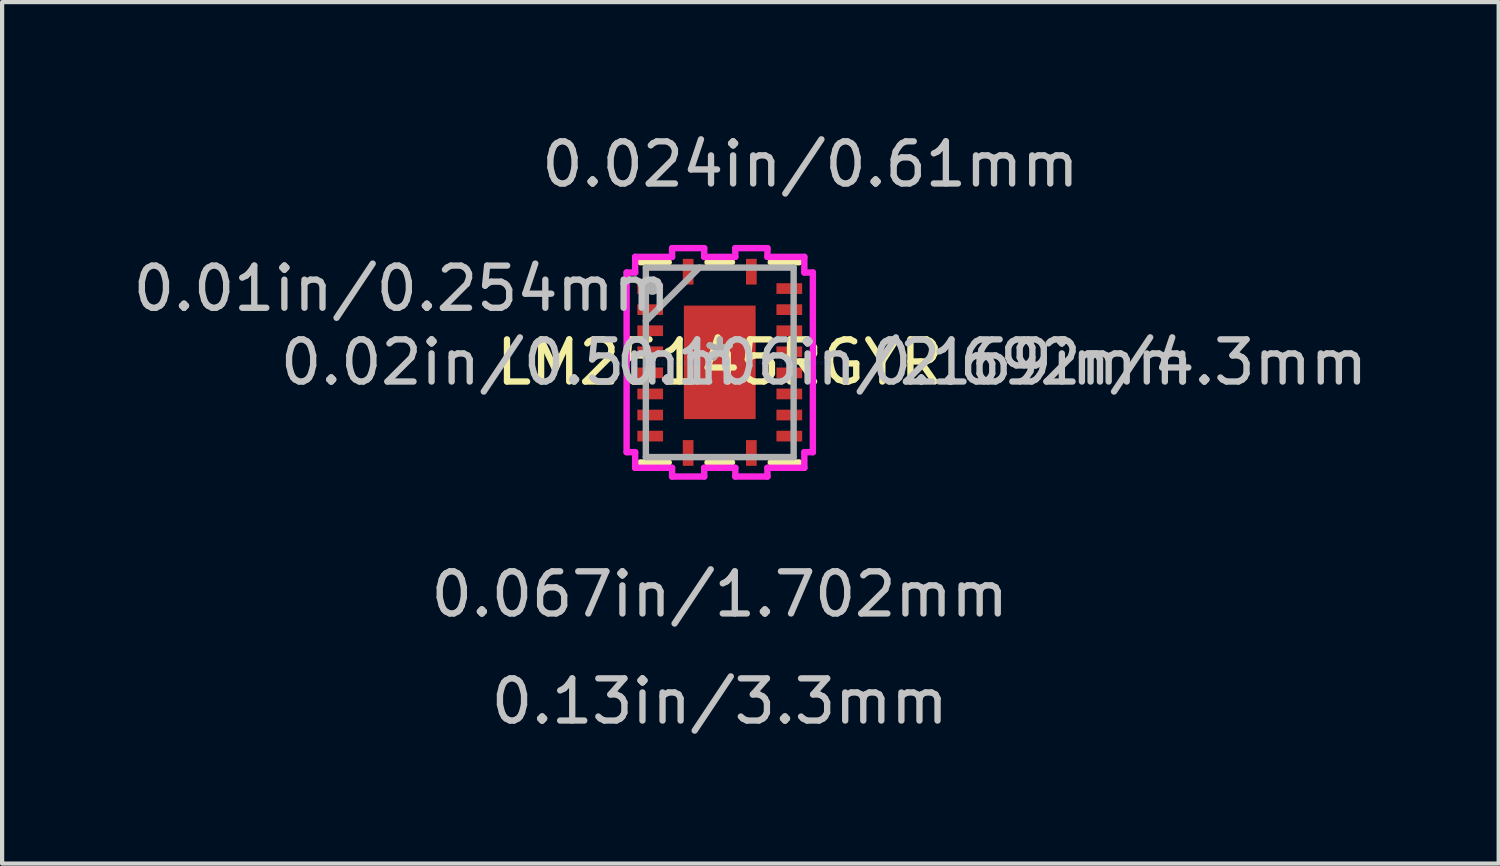
<source format=kicad_pcb>
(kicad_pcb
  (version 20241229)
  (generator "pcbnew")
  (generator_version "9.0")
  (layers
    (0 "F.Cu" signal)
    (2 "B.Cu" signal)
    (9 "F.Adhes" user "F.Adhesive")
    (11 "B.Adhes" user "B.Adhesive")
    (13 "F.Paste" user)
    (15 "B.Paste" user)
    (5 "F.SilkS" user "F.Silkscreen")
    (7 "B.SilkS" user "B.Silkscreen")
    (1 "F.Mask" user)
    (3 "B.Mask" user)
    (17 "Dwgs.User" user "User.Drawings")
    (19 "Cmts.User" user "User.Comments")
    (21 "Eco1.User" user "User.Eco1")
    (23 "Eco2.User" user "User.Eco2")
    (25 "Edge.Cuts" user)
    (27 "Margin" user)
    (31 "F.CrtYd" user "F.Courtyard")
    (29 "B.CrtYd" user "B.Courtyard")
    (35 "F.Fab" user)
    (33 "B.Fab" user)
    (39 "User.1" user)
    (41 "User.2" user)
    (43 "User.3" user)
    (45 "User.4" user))
  (footprint "LM25145RGYR"
    (layer "F.Cu")
    (at 14.025 5.546)
    (property "Reference" "LM25145RGYR" (at 0 0 0) (layer "F.SilkS") (effects (font (size 1 1) (thickness 0.15))))
    (attr through_hole)
    (fp_line (start -0.914 -1.41) (end -0.594 -1.41) (stroke (width 0.152) (type solid)) (layer "F.Mask"))
    (fp_line (start -0.914 -1.41) (end 0.914 -1.41) (stroke (width 0.152) (type solid)) (layer "F.Mask"))
    (fp_line (start -0.914 -0.987) (end -0.914 -1.41) (stroke (width 0.152) (type solid)) (layer "F.Mask"))
    (fp_line (start -0.914 -0.587) (end 0.914 -0.587) (stroke (width 0.152) (type solid)) (layer "F.Mask"))
    (fp_line (start -0.914 -0.2) (end -0.914 -0.587) (stroke (width 0.152) (type solid)) (layer "F.Mask"))
    (fp_line (start -0.914 0.2) (end 0.914 0.2) (stroke (width 0.152) (type solid)) (layer "F.Mask"))
    (fp_line (start -0.914 0.587) (end -0.914 0.2) (stroke (width 0.152) (type solid)) (layer "F.Mask"))
    (fp_line (start -0.914 0.987) (end 0.914 0.987) (stroke (width 0.152) (type solid)) (layer "F.Mask"))
    (fp_line (start -0.914 1.41) (end -0.914 -1.41) (stroke (width 0.152) (type solid)) (layer "F.Mask"))
    (fp_line (start -0.914 1.41) (end -0.914 0.987) (stroke (width 0.152) (type solid)) (layer "F.Mask"))
    (fp_line (start -0.594 -1.41) (end -0.594 1.41) (stroke (width 0.152) (type solid)) (layer "F.Mask"))
    (fp_line (start -0.594 1.41) (end -0.914 1.41) (stroke (width 0.152) (type solid)) (layer "F.Mask"))
    (fp_line (start -0.194 -1.41) (end -0.194 1.41) (stroke (width 0.152) (type solid)) (layer "F.Mask"))
    (fp_line (start -0.194 1.41) (end 0.194 1.41) (stroke (width 0.152) (type solid)) (layer "F.Mask"))
    (fp_line (start 0.194 -1.41) (end -0.194 -1.41) (stroke (width 0.152) (type solid)) (layer "F.Mask"))
    (fp_line (start 0.194 1.41) (end 0.194 -1.41) (stroke (width 0.152) (type solid)) (layer "F.Mask"))
    (fp_line (start 0.594 -1.41) (end 0.914 -1.41) (stroke (width 0.152) (type solid)) (layer "F.Mask"))
    (fp_line (start 0.594 1.41) (end 0.594 -1.41) (stroke (width 0.152) (type solid)) (layer "F.Mask"))
    (fp_line (start 0.914 -1.41) (end 0.914 -0.987) (stroke (width 0.152) (type solid)) (layer "F.Mask"))
    (fp_line (start 0.914 -1.41) (end 0.914 1.41) (stroke (width 0.152) (type solid)) (layer "F.Mask"))
    (fp_line (start 0.914 -0.987) (end -0.914 -0.987) (stroke (width 0.152) (type solid)) (layer "F.Mask"))
    (fp_line (start 0.914 -0.587) (end 0.914 -0.2) (stroke (width 0.152) (type solid)) (layer "F.Mask"))
    (fp_line (start 0.914 -0.2) (end -0.914 -0.2) (stroke (width 0.152) (type solid)) (layer "F.Mask"))
    (fp_line (start 0.914 0.2) (end 0.914 0.587) (stroke (width 0.152) (type solid)) (layer "F.Mask"))
    (fp_line (start 0.914 0.587) (end -0.914 0.587) (stroke (width 0.152) (type solid)) (layer "F.Mask"))
    (fp_line (start 0.914 0.987) (end 0.914 1.41) (stroke (width 0.152) (type solid)) (layer "F.Mask"))
    (fp_line (start 0.914 1.41) (end -0.914 1.41) (stroke (width 0.152) (type solid)) (layer "F.Mask"))
    (fp_line (start 0.914 1.41) (end 0.594 1.41) (stroke (width 0.152) (type solid)) (layer "F.Mask"))
    (fp_line (start -1.88 -2.375) (end -1.21 -2.375) (stroke (width 0.152) (type solid)) (layer "F.SilkS"))
    (fp_line (start -1.21 2.375) (end -1.88 2.375) (stroke (width 0.152) (type solid)) (layer "F.SilkS"))
    (fp_line (start -0.29 -2.375) (end 0.29 -2.375) (stroke (width 0.152) (type solid)) (layer "F.SilkS"))
    (fp_line (start 0.29 2.375) (end -0.29 2.375) (stroke (width 0.152) (type solid)) (layer "F.SilkS"))
    (fp_line (start 1.21 -2.375) (end 1.88 -2.375) (stroke (width 0.152) (type solid)) (layer "F.SilkS"))
    (fp_line (start 1.88 2.375) (end 1.21 2.375) (stroke (width 0.152) (type solid)) (layer "F.SilkS"))
    (fp_line (start -0.776 -1.271) (end -0.776 -0.887) (stroke (width 0.152) (type solid)) (layer "F.Paste"))
    (fp_line (start -0.776 -0.887) (end -0.635 -0.887) (stroke (width 0.152) (type solid)) (layer "F.Paste"))
    (fp_line (start -0.776 -0.687) (end -0.776 -0.1) (stroke (width 0.152) (type solid)) (layer "F.Paste"))
    (fp_line (start -0.776 -0.1) (end -0.635 -0.1) (stroke (width 0.152) (type solid)) (layer "F.Paste"))
    (fp_line (start -0.776 0.1) (end -0.776 0.687) (stroke (width 0.152) (type solid)) (layer "F.Paste"))
    (fp_line (start -0.776 0.687) (end -0.635 0.687) (stroke (width 0.152) (type solid)) (layer "F.Paste"))
    (fp_line (start -0.776 0.887) (end -0.776 1.271) (stroke (width 0.152) (type solid)) (layer "F.Paste"))
    (fp_line (start -0.776 1.271) (end -0.494 1.271) (stroke (width 0.152) (type solid)) (layer "F.Paste"))
    (fp_line (start -0.635 -0.887) (end -0.635 -0.887) (stroke (width 0.152) (type solid)) (layer "F.Paste"))
    (fp_line (start -0.635 -0.887) (end -0.494 -1.029) (stroke (width 0.152) (type solid)) (layer "F.Paste"))
    (fp_line (start -0.635 -0.687) (end -0.776 -0.687) (stroke (width 0.152) (type solid)) (layer "F.Paste"))
    (fp_line (start -0.635 -0.687) (end -0.635 -0.687) (stroke (width 0.152) (type solid)) (layer "F.Paste"))
    (fp_line (start -0.635 -0.1) (end -0.635 -0.1) (stroke (width 0.152) (type solid)) (layer "F.Paste"))
    (fp_line (start -0.635 -0.1) (end -0.494 -0.241) (stroke (width 0.152) (type solid)) (layer "F.Paste"))
    (fp_line (start -0.635 0.1) (end -0.776 0.1) (stroke (width 0.152) (type solid)) (layer "F.Paste"))
    (fp_line (start -0.635 0.1) (end -0.635 0.1) (stroke (width 0.152) (type solid)) (layer "F.Paste"))
    (fp_line (start -0.635 0.687) (end -0.635 0.687) (stroke (width 0.152) (type solid)) (layer "F.Paste"))
    (fp_line (start -0.635 0.687) (end -0.494 0.546) (stroke (width 0.152) (type solid)) (layer "F.Paste"))
    (fp_line (start -0.635 0.887) (end -0.776 0.887) (stroke (width 0.152) (type solid)) (layer "F.Paste"))
    (fp_line (start -0.635 0.887) (end -0.635 0.887) (stroke (width 0.152) (type solid)) (layer "F.Paste"))
    (fp_line (start -0.494 -1.271) (end -0.776 -1.271) (stroke (width 0.152) (type solid)) (layer "F.Paste"))
    (fp_line (start -0.494 -1.029) (end -0.494 -1.271) (stroke (width 0.152) (type solid)) (layer "F.Paste"))
    (fp_line (start -0.494 -1.029) (end -0.494 -1.029) (stroke (width 0.152) (type solid)) (layer "F.Paste"))
    (fp_line (start -0.494 -0.546) (end -0.635 -0.687) (stroke (width 0.152) (type solid)) (layer "F.Paste"))
    (fp_line (start -0.494 -0.546) (end -0.494 -0.546) (stroke (width 0.152) (type solid)) (layer "F.Paste"))
    (fp_line (start -0.494 -0.241) (end -0.494 -0.546) (stroke (width 0.152) (type solid)) (layer "F.Paste"))
    (fp_line (start -0.494 -0.241) (end -0.494 -0.241) (stroke (width 0.152) (type solid)) (layer "F.Paste"))
    (fp_line (start -0.494 0.241) (end -0.635 0.1) (stroke (width 0.152) (type solid)) (layer "F.Paste"))
    (fp_line (start -0.494 0.241) (end -0.494 0.241) (stroke (width 0.152) (type solid)) (layer "F.Paste"))
    (fp_line (start -0.494 0.546) (end -0.494 0.241) (stroke (width 0.152) (type solid)) (layer "F.Paste"))
    (fp_line (start -0.494 0.546) (end -0.494 0.546) (stroke (width 0.152) (type solid)) (layer "F.Paste"))
    (fp_line (start -0.494 1.029) (end -0.635 0.887) (stroke (width 0.152) (type solid)) (layer "F.Paste"))
    (fp_line (start -0.494 1.029) (end -0.494 1.029) (stroke (width 0.152) (type solid)) (layer "F.Paste"))
    (fp_line (start -0.494 1.271) (end -0.494 1.029) (stroke (width 0.152) (type solid)) (layer "F.Paste"))
    (fp_line (start -0.294 -1.271) (end -0.294 -1.029) (stroke (width 0.152) (type solid)) (layer "F.Paste"))
    (fp_line (start -0.294 -1.029) (end -0.294 -1.029) (stroke (width 0.152) (type solid)) (layer "F.Paste"))
    (fp_line (start -0.294 -1.029) (end -0.152 -0.887) (stroke (width 0.152) (type solid)) (layer "F.Paste"))
    (fp_line (start -0.294 -0.546) (end -0.294 -0.546) (stroke (width 0.152) (type solid)) (layer "F.Paste"))
    (fp_line (start -0.294 -0.546) (end -0.294 -0.241) (stroke (width 0.152) (type solid)) (layer "F.Paste"))
    (fp_line (start -0.294 -0.241) (end -0.294 -0.241) (stroke (width 0.152) (type solid)) (layer "F.Paste"))
    (fp_line (start -0.294 -0.241) (end -0.152 -0.1) (stroke (width 0.152) (type solid)) (layer "F.Paste"))
    (fp_line (start -0.294 0.241) (end -0.294 0.241) (stroke (width 0.152) (type solid)) (layer "F.Paste"))
    (fp_line (start -0.294 0.241) (end -0.294 0.546) (stroke (width 0.152) (type solid)) (layer "F.Paste"))
    (fp_line (start -0.294 0.546) (end -0.294 0.546) (stroke (width 0.152) (type solid)) (layer "F.Paste"))
    (fp_line (start -0.294 0.546) (end -0.152 0.687) (stroke (width 0.152) (type solid)) (layer "F.Paste"))
    (fp_line (start -0.294 1.029) (end -0.294 1.029) (stroke (width 0.152) (type solid)) (layer "F.Paste"))
    (fp_line (start -0.294 1.029) (end -0.294 1.271) (stroke (width 0.152) (type solid)) (layer "F.Paste"))
    (fp_line (start -0.294 1.271) (end 0.294 1.271) (stroke (width 0.152) (type solid)) (layer "F.Paste"))
    (fp_line (start -0.152 -0.887) (end -0.152 -0.887) (stroke (width 0.152) (type solid)) (layer "F.Paste"))
    (fp_line (start -0.152 -0.887) (end 0.152 -0.887) (stroke (width 0.152) (type solid)) (layer "F.Paste"))
    (fp_line (start -0.152 -0.687) (end -0.294 -0.546) (stroke (width 0.152) (type solid)) (layer "F.Paste"))
    (fp_line (start -0.152 -0.687) (end -0.152 -0.687) (stroke (width 0.152) (type solid)) (layer "F.Paste"))
    (fp_line (start -0.152 -0.1) (end -0.152 -0.1) (stroke (width 0.152) (type solid)) (layer "F.Paste"))
    (fp_line (start -0.152 -0.1) (end 0.152 -0.1) (stroke (width 0.152) (type solid)) (layer "F.Paste"))
    (fp_line (start -0.152 0.1) (end -0.294 0.241) (stroke (width 0.152) (type solid)) (layer "F.Paste"))
    (fp_line (start -0.152 0.1) (end -0.152 0.1) (stroke (width 0.152) (type solid)) (layer "F.Paste"))
    (fp_line (start -0.152 0.687) (end -0.152 0.687) (stroke (width 0.152) (type solid)) (layer "F.Paste"))
    (fp_line (start -0.152 0.687) (end 0.152 0.687) (stroke (width 0.152) (type solid)) (layer "F.Paste"))
    (fp_line (start -0.152 0.887) (end -0.294 1.029) (stroke (width 0.152) (type solid)) (layer "F.Paste"))
    (fp_line (start -0.152 0.887) (end -0.152 0.887) (stroke (width 0.152) (type solid)) (layer "F.Paste"))
    (fp_line (start 0.152 -0.887) (end 0.152 -0.887) (stroke (width 0.152) (type solid)) (layer "F.Paste"))
    (fp_line (start 0.152 -0.887) (end 0.294 -1.029) (stroke (width 0.152) (type solid)) (layer "F.Paste"))
    (fp_line (start 0.152 -0.687) (end -0.152 -0.687) (stroke (width 0.152) (type solid)) (layer "F.Paste"))
    (fp_line (start 0.152 -0.687) (end 0.152 -0.687) (stroke (width 0.152) (type solid)) (layer "F.Paste"))
    (fp_line (start 0.152 -0.1) (end 0.152 -0.1) (stroke (width 0.152) (type solid)) (layer "F.Paste"))
    (fp_line (start 0.152 -0.1) (end 0.294 -0.241) (stroke (width 0.152) (type solid)) (layer "F.Paste"))
    (fp_line (start 0.152 0.1) (end -0.152 0.1) (stroke (width 0.152) (type solid)) (layer "F.Paste"))
    (fp_line (start 0.152 0.1) (end 0.152 0.1) (stroke (width 0.152) (type solid)) (layer "F.Paste"))
    (fp_line (start 0.152 0.687) (end 0.152 0.687) (stroke (width 0.152) (type solid)) (layer "F.Paste"))
    (fp_line (start 0.152 0.687) (end 0.294 0.546) (stroke (width 0.152) (type solid)) (layer "F.Paste"))
    (fp_line (start 0.152 0.887) (end -0.152 0.887) (stroke (width 0.152) (type solid)) (layer "F.Paste"))
    (fp_line (start 0.152 0.887) (end 0.152 0.887) (stroke (width 0.152) (type solid)) (layer "F.Paste"))
    (fp_line (start 0.294 -1.271) (end -0.294 -1.271) (stroke (width 0.152) (type solid)) (layer "F.Paste"))
    (fp_line (start 0.294 -1.029) (end 0.294 -1.271) (stroke (width 0.152) (type solid)) (layer "F.Paste"))
    (fp_line (start 0.294 -1.029) (end 0.294 -1.029) (stroke (width 0.152) (type solid)) (layer "F.Paste"))
    (fp_line (start 0.294 -0.546) (end 0.152 -0.687) (stroke (width 0.152) (type solid)) (layer "F.Paste"))
    (fp_line (start 0.294 -0.546) (end 0.294 -0.546) (stroke (width 0.152) (type solid)) (layer "F.Paste"))
    (fp_line (start 0.294 -0.241) (end 0.294 -0.546) (stroke (width 0.152) (type solid)) (layer "F.Paste"))
    (fp_line (start 0.294 -0.241) (end 0.294 -0.241) (stroke (width 0.152) (type solid)) (layer "F.Paste"))
    (fp_line (start 0.294 0.241) (end 0.152 0.1) (stroke (width 0.152) (type solid)) (layer "F.Paste"))
    (fp_line (start 0.294 0.241) (end 0.294 0.241) (stroke (width 0.152) (type solid)) (layer "F.Paste"))
    (fp_line (start 0.294 0.546) (end 0.294 0.241) (stroke (width 0.152) (type solid)) (layer "F.Paste"))
    (fp_line (start 0.294 0.546) (end 0.294 0.546) (stroke (width 0.152) (type solid)) (layer "F.Paste"))
    (fp_line (start 0.294 1.029) (end 0.152 0.887) (stroke (width 0.152) (type solid)) (layer "F.Paste"))
    (fp_line (start 0.294 1.029) (end 0.294 1.029) (stroke (width 0.152) (type solid)) (layer "F.Paste"))
    (fp_line (start 0.294 1.271) (end 0.294 1.029) (stroke (width 0.152) (type solid)) (layer "F.Paste"))
    (fp_line (start 0.494 -1.271) (end 0.494 -1.029) (stroke (width 0.152) (type solid)) (layer "F.Paste"))
    (fp_line (start 0.494 -1.029) (end 0.494 -1.029) (stroke (width 0.152) (type solid)) (layer "F.Paste"))
    (fp_line (start 0.494 -1.029) (end 0.635 -0.887) (stroke (width 0.152) (type solid)) (layer "F.Paste"))
    (fp_line (start 0.494 -0.546) (end 0.494 -0.546) (stroke (width 0.152) (type solid)) (layer "F.Paste"))
    (fp_line (start 0.494 -0.546) (end 0.494 -0.241) (stroke (width 0.152) (type solid)) (layer "F.Paste"))
    (fp_line (start 0.494 -0.241) (end 0.494 -0.241) (stroke (width 0.152) (type solid)) (layer "F.Paste"))
    (fp_line (start 0.494 -0.241) (end 0.635 -0.1) (stroke (width 0.152) (type solid)) (layer "F.Paste"))
    (fp_line (start 0.494 0.241) (end 0.494 0.241) (stroke (width 0.152) (type solid)) (layer "F.Paste"))
    (fp_line (start 0.494 0.241) (end 0.494 0.546) (stroke (width 0.152) (type solid)) (layer "F.Paste"))
    (fp_line (start 0.494 0.546) (end 0.494 0.546) (stroke (width 0.152) (type solid)) (layer "F.Paste"))
    (fp_line (start 0.494 0.546) (end 0.635 0.687) (stroke (width 0.152) (type solid)) (layer "F.Paste"))
    (fp_line (start 0.494 1.029) (end 0.494 1.029) (stroke (width 0.152) (type solid)) (layer "F.Paste"))
    (fp_line (start 0.494 1.029) (end 0.494 1.271) (stroke (width 0.152) (type solid)) (layer "F.Paste"))
    (fp_line (start 0.494 1.271) (end 0.776 1.271) (stroke (width 0.152) (type solid)) (layer "F.Paste"))
    (fp_line (start 0.635 -0.887) (end 0.635 -0.887) (stroke (width 0.152) (type solid)) (layer "F.Paste"))
    (fp_line (start 0.635 -0.887) (end 0.776 -0.887) (stroke (width 0.152) (type solid)) (layer "F.Paste"))
    (fp_line (start 0.635 -0.687) (end 0.494 -0.546) (stroke (width 0.152) (type solid)) (layer "F.Paste"))
    (fp_line (start 0.635 -0.687) (end 0.635 -0.687) (stroke (width 0.152) (type solid)) (layer "F.Paste"))
    (fp_line (start 0.635 -0.1) (end 0.635 -0.1) (stroke (width 0.152) (type solid)) (layer "F.Paste"))
    (fp_line (start 0.635 -0.1) (end 0.776 -0.1) (stroke (width 0.152) (type solid)) (layer "F.Paste"))
    (fp_line (start 0.635 0.1) (end 0.494 0.241) (stroke (width 0.152) (type solid)) (layer "F.Paste"))
    (fp_line (start 0.635 0.1) (end 0.635 0.1) (stroke (width 0.152) (type solid)) (layer "F.Paste"))
    (fp_line (start 0.635 0.687) (end 0.635 0.687) (stroke (width 0.152) (type solid)) (layer "F.Paste"))
    (fp_line (start 0.635 0.687) (end 0.776 0.687) (stroke (width 0.152) (type solid)) (layer "F.Paste"))
    (fp_line (start 0.635 0.887) (end 0.494 1.029) (stroke (width 0.152) (type solid)) (layer "F.Paste"))
    (fp_line (start 0.635 0.887) (end 0.635 0.887) (stroke (width 0.152) (type solid)) (layer "F.Paste"))
    (fp_line (start 0.776 -1.271) (end 0.494 -1.271) (stroke (width 0.152) (type solid)) (layer "F.Paste"))
    (fp_line (start 0.776 -0.887) (end 0.776 -1.271) (stroke (width 0.152) (type solid)) (layer "F.Paste"))
    (fp_line (start 0.776 -0.687) (end 0.635 -0.687) (stroke (width 0.152) (type solid)) (layer "F.Paste"))
    (fp_line (start 0.776 -0.1) (end 0.776 -0.687) (stroke (width 0.152) (type solid)) (layer "F.Paste"))
    (fp_line (start 0.776 0.1) (end 0.635 0.1) (stroke (width 0.152) (type solid)) (layer "F.Paste"))
    (fp_line (start 0.776 0.687) (end 0.776 0.1) (stroke (width 0.152) (type solid)) (layer "F.Paste"))
    (fp_line (start 0.776 0.887) (end 0.635 0.887) (stroke (width 0.152) (type solid)) (layer "F.Paste"))
    (fp_line (start 0.776 1.271) (end 0.776 0.887) (stroke (width 0.152) (type solid)) (layer "F.Paste"))
    (fp_circle (center -0.6 0) (end -0.498 0) (stroke (width 0.152) (type solid)) (fill no) (layer "Eco1.User"))
    (fp_circle (center 0.0003 -1.1) (end 0.102 -1.1) (stroke (width 0.152) (type solid)) (fill no) (layer "Eco1.User"))
    (fp_circle (center 0.0003 1.1) (end 0.102 1.1) (stroke (width 0.152) (type solid)) (fill no) (layer "Eco1.User"))
    (fp_circle (center 0.6 0) (end 0.702 0) (stroke (width 0.152) (type solid)) (fill no) (layer "Eco1.User"))
    (fp_line (start -2.209 -2.131) (end -2.209 2.131) (stroke (width 0.152) (type solid)) (layer "F.CrtYd"))
    (fp_line (start -2.209 2.131) (end -2.007 2.131) (stroke (width 0.152) (type solid)) (layer "F.CrtYd"))
    (fp_line (start -2.007 -2.502) (end -2.007 -2.131) (stroke (width 0.152) (type solid)) (layer "F.CrtYd"))
    (fp_line (start -2.007 -2.131) (end -2.209 -2.131) (stroke (width 0.152) (type solid)) (layer "F.CrtYd"))
    (fp_line (start -2.007 2.131) (end -2.007 2.502) (stroke (width 0.152) (type solid)) (layer "F.CrtYd"))
    (fp_line (start -2.007 2.502) (end -1.131 2.502) (stroke (width 0.152) (type solid)) (layer "F.CrtYd"))
    (fp_line (start -1.131 -2.709) (end -1.131 -2.502) (stroke (width 0.152) (type solid)) (layer "F.CrtYd"))
    (fp_line (start -1.131 -2.502) (end -2.007 -2.502) (stroke (width 0.152) (type solid)) (layer "F.CrtYd"))
    (fp_line (start -1.131 2.502) (end -1.131 2.709) (stroke (width 0.152) (type solid)) (layer "F.CrtYd"))
    (fp_line (start -1.131 2.709) (end -0.369 2.709) (stroke (width 0.152) (type solid)) (layer "F.CrtYd"))
    (fp_line (start -0.369 -2.709) (end -1.131 -2.709) (stroke (width 0.152) (type solid)) (layer "F.CrtYd"))
    (fp_line (start -0.369 -2.502) (end -0.369 -2.709) (stroke (width 0.152) (type solid)) (layer "F.CrtYd"))
    (fp_line (start -0.369 2.502) (end 0.369 2.502) (stroke (width 0.152) (type solid)) (layer "F.CrtYd"))
    (fp_line (start -0.369 2.709) (end -0.369 2.502) (stroke (width 0.152) (type solid)) (layer "F.CrtYd"))
    (fp_line (start 0.369 -2.709) (end 0.369 -2.502) (stroke (width 0.152) (type solid)) (layer "F.CrtYd"))
    (fp_line (start 0.369 -2.502) (end -0.369 -2.502) (stroke (width 0.152) (type solid)) (layer "F.CrtYd"))
    (fp_line (start 0.369 2.502) (end 0.369 2.709) (stroke (width 0.152) (type solid)) (layer "F.CrtYd"))
    (fp_line (start 0.369 2.709) (end 1.131 2.709) (stroke (width 0.152) (type solid)) (layer "F.CrtYd"))
    (fp_line (start 1.131 -2.709) (end 0.369 -2.709) (stroke (width 0.152) (type solid)) (layer "F.CrtYd"))
    (fp_line (start 1.131 -2.502) (end 1.131 -2.709) (stroke (width 0.152) (type solid)) (layer "F.CrtYd"))
    (fp_line (start 1.131 2.502) (end 2.007 2.502) (stroke (width 0.152) (type solid)) (layer "F.CrtYd"))
    (fp_line (start 1.131 2.709) (end 1.131 2.502) (stroke (width 0.152) (type solid)) (layer "F.CrtYd"))
    (fp_line (start 2.007 -2.502) (end 1.131 -2.502) (stroke (width 0.152) (type solid)) (layer "F.CrtYd"))
    (fp_line (start 2.007 -2.131) (end 2.007 -2.502) (stroke (width 0.152) (type solid)) (layer "F.CrtYd"))
    (fp_line (start 2.007 2.131) (end 2.209 2.131) (stroke (width 0.152) (type solid)) (layer "F.CrtYd"))
    (fp_line (start 2.007 2.502) (end 2.007 2.131) (stroke (width 0.152) (type solid)) (layer "F.CrtYd"))
    (fp_line (start 2.209 -2.131) (end 2.007 -2.131) (stroke (width 0.152) (type solid)) (layer "F.CrtYd"))
    (fp_line (start 2.209 2.131) (end 2.209 -2.131) (stroke (width 0.152) (type solid)) (layer "F.CrtYd"))
    (fp_line (start -1.753 -2.248) (end -1.753 2.248) (stroke (width 0.152) (type solid)) (layer "F.Fab"))
    (fp_line (start -1.753 -0.978) (end -0.483 -2.248) (stroke (width 0.152) (type solid)) (layer "F.Fab"))
    (fp_line (start -1.753 2.248) (end 1.753 2.248) (stroke (width 0.152) (type solid)) (layer "F.Fab"))
    (fp_line (start 1.753 -2.248) (end -1.753 -2.248) (stroke (width 0.152) (type solid)) (layer "F.Fab"))
    (fp_line (start 1.753 2.248) (end 1.753 -2.248) (stroke (width 0.152) (type solid)) (layer "F.Fab"))
    (fp_circle (center -1.599 -1.75) (end -1.523 -1.75) (stroke (width 0.152) (type solid)) (fill no) (layer "F.Fab"))
    (fp_text user "*" (at 0 0 0) (layer "F.SilkS") (effects (font (size 1 1) (thickness 0.15))))
    (fp_text user "0.169in/4.3mm" (at 9.473 0 0) (layer "Dwgs.User") (effects (font (size 1 1) (thickness 0.15))))
    (fp_text user "0.106in/2.692mm" (at 4.393 0 0) (layer "Dwgs.User") (effects (font (size 1 1) (thickness 0.15))))
    (fp_text user "0.13in/3.3mm" (at 0 8.043 0) (layer "Dwgs.User") (effects (font (size 1 1) (thickness 0.15))))
    (fp_text user "0.024in/0.61mm" (at 2.15 -4.698 0) (layer "Dwgs.User") (effects (font (size 1 1) (thickness 0.15))))
    (fp_text user "0.01in/0.254mm" (at -7.543 -1.75 0) (layer "Dwgs.User") (effects (font (size 1 1) (thickness 0.15))))
    (fp_text user "0.067in/1.702mm" (at 0 5.503 0) (layer "Dwgs.User") (effects (font (size 1 1) (thickness 0.15))))
    (fp_text user "0.02in/0.5mm" (at -5.003 0 0) (layer "Dwgs.User") (effects (font (size 1 1) (thickness 0.15))))
    (fp_text user "Copyright 2016 Accelerated Designs. All rights reserved." (at 0 0 0) (layer "Cmts.User") (effects (font (size 0.127 0.127) (thickness 0.002))))
    (fp_text user "*" (at 0 0 0) (layer "F.Fab") (effects (font (size 1 1) (thickness 0.15))))
    (pad "1" smd rect (at -0.75 -2.15 90) (size 0.61 0.254) (layers "F.Cu" "F.Mask" "F.Paste"))
    (pad "2" smd rect (at -1.65 -1.75) (size 0.61 0.254) (layers "F.Cu" "F.Mask" "F.Paste"))
    (pad "3" smd rect (at -1.65 -1.25) (size 0.61 0.254) (layers "F.Cu" "F.Mask" "F.Paste"))
    (pad "4" smd rect (at -1.65 -0.75) (size 0.61 0.254) (layers "F.Cu" "F.Mask" "F.Paste"))
    (pad "5" smd rect (at -1.65 -0.25) (size 0.61 0.254) (layers "F.Cu" "F.Mask" "F.Paste"))
    (pad "6" smd rect (at -1.65 0.25) (size 0.61 0.254) (layers "F.Cu" "F.Mask" "F.Paste"))
    (pad "7" smd rect (at -1.65 0.75) (size 0.61 0.254) (layers "F.Cu" "F.Mask" "F.Paste"))
    (pad "8" smd rect (at -1.65 1.25) (size 0.61 0.254) (layers "F.Cu" "F.Mask" "F.Paste"))
    (pad "9" smd rect (at -1.65 1.75) (size 0.61 0.254) (layers "F.Cu" "F.Mask" "F.Paste"))
    (pad "10" smd rect (at -0.75 2.15 90) (size 0.61 0.254) (layers "F.Cu" "F.Mask" "F.Paste"))
    (pad "11" smd rect (at 0.75 2.15 90) (size 0.61 0.254) (layers "F.Cu" "F.Mask" "F.Paste"))
    (pad "12" smd rect (at 1.65 1.75) (size 0.61 0.254) (layers "F.Cu" "F.Mask" "F.Paste"))
    (pad "13" smd rect (at 1.65 1.25) (size 0.61 0.254) (layers "F.Cu" "F.Mask" "F.Paste"))
    (pad "14" smd rect (at 1.65 0.75) (size 0.61 0.254) (layers "F.Cu" "F.Mask" "F.Paste"))
    (pad "15" smd rect (at 1.65 0.25) (size 0.61 0.254) (layers "F.Cu" "F.Mask" "F.Paste"))
    (pad "16" smd rect (at 1.65 -0.25) (size 0.61 0.254) (layers "F.Cu" "F.Mask" "F.Paste"))
    (pad "17" smd rect (at 1.65 -0.75) (size 0.61 0.254) (layers "F.Cu" "F.Mask" "F.Paste"))
    (pad "18" smd rect (at 1.65 -1.25) (size 0.61 0.254) (layers "F.Cu" "F.Mask" "F.Paste"))
    (pad "19" smd rect (at 1.65 -1.75) (size 0.61 0.254) (layers "F.Cu" "F.Mask" "F.Paste"))
    (pad "20" smd rect (at 0.75 -2.15 90) (size 0.61 0.254) (layers "F.Cu" "F.Mask" "F.Paste"))
    (pad "21" smd rect (at 0 0) (size 1.702 2.692) (layers "F.Cu" "F.Mask" "F.Paste")))
  (gr_rect
    (start -3 -3)
    (end 32.504 17.437)
    (stroke (width 0.1) (type default))
    (fill no)
    (layer "Edge.Cuts")))
</source>
